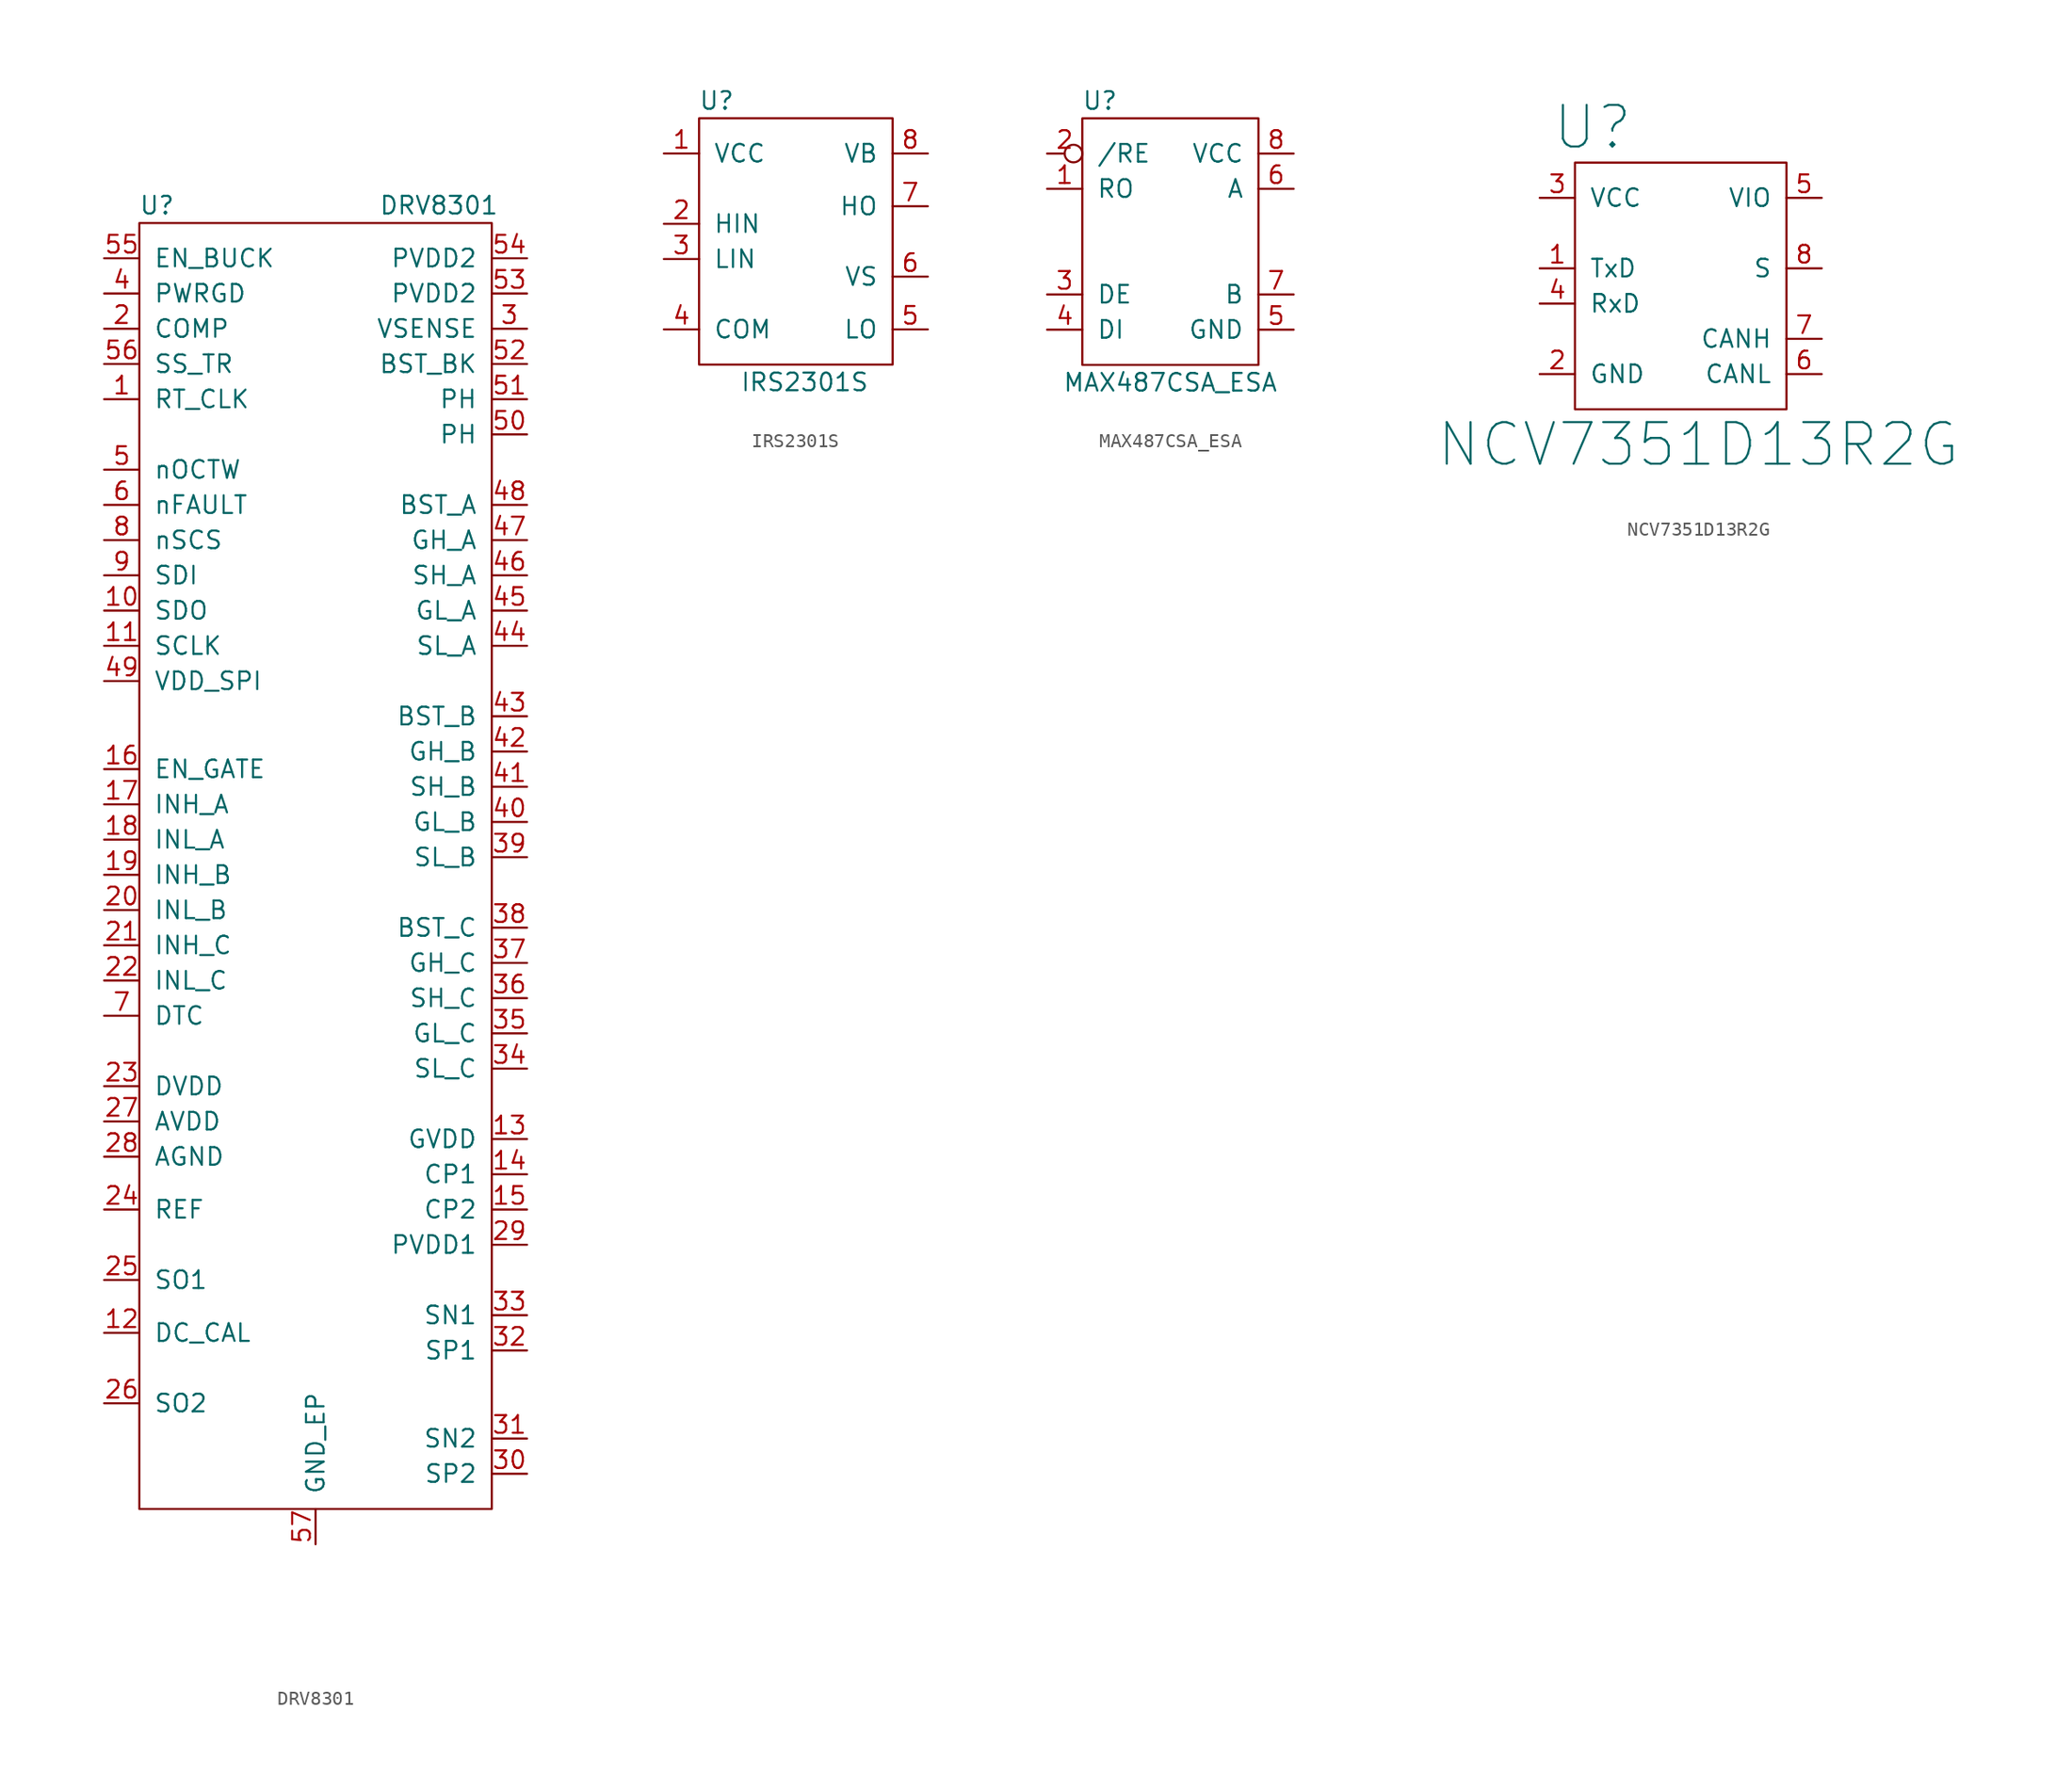
<source format=kicad_sym>
(kicad_symbol_lib
  (version 20211014)
  (generator kicad_symbol_editor)
  (symbol "DRV8301"
    (pin_names
      (offset 1.016))
    (property "Reference" "U"
      (at -11.43 36.83 0)
      (effects (font (size 1.27 1.27))))
    (property "Value" "DRV8301"
      (at 8.89 36.83 0)
      (effects (font (size 1.27 1.27))))
    (symbol "DRV8301_0_1"
      (rectangle (start -12.7 35.56) (end 12.7 -57.15) (stroke (width 0) (type default) (color 0 0 0 0)) (fill (type none))))
    (symbol "DRV8301_1_1"
      (pin input line (at -15.24 22.86 0) (length 2.54) (name "RT_CLK" (effects (font (size 1.27 1.27)))) (number "1" (effects (font (size 1.27 1.27)))))
      (pin output line (at -15.24 7.62 0) (length 2.54) (name "SDO" (effects (font (size 1.27 1.27)))) (number "10" (effects (font (size 1.27 1.27)))))
      (pin input line (at -15.24 5.08 0) (length 2.54) (name "SCLK" (effects (font (size 1.27 1.27)))) (number "11" (effects (font (size 1.27 1.27)))))
      (pin input line (at -15.24 -44.45 0) (length 2.54) (name "DC_CAL" (effects (font (size 1.27 1.27)))) (number "12" (effects (font (size 1.27 1.27)))))
      (pin passive line (at 15.24 -30.48 180) (length 2.54) (name "GVDD" (effects (font (size 1.27 1.27)))) (number "13" (effects (font (size 1.27 1.27)))))
      (pin passive line (at 15.24 -33.02 180) (length 2.54) (name "CP1" (effects (font (size 1.27 1.27)))) (number "14" (effects (font (size 1.27 1.27)))))
      (pin passive line (at 15.24 -35.56 180) (length 2.54) (name "CP2" (effects (font (size 1.27 1.27)))) (number "15" (effects (font (size 1.27 1.27)))))
      (pin input line (at -15.24 -3.81 0) (length 2.54) (name "EN_GATE" (effects (font (size 1.27 1.27)))) (number "16" (effects (font (size 1.27 1.27)))))
      (pin input line (at -15.24 -6.35 0) (length 2.54) (name "INH_A" (effects (font (size 1.27 1.27)))) (number "17" (effects (font (size 1.27 1.27)))))
      (pin input line (at -15.24 -8.89 0) (length 2.54) (name "INL_A" (effects (font (size 1.27 1.27)))) (number "18" (effects (font (size 1.27 1.27)))))
      (pin input line (at -15.24 -11.43 0) (length 2.54) (name "INH_B" (effects (font (size 1.27 1.27)))) (number "19" (effects (font (size 1.27 1.27)))))
      (pin output line (at -15.24 27.94 0) (length 2.54) (name "COMP" (effects (font (size 1.27 1.27)))) (number "2" (effects (font (size 1.27 1.27)))))
      (pin input line (at -15.24 -13.97 0) (length 2.54) (name "INL_B" (effects (font (size 1.27 1.27)))) (number "20" (effects (font (size 1.27 1.27)))))
      (pin input line (at -15.24 -16.51 0) (length 2.54) (name "INH_C" (effects (font (size 1.27 1.27)))) (number "21" (effects (font (size 1.27 1.27)))))
      (pin input line (at -15.24 -19.05 0) (length 2.54) (name "INL_C" (effects (font (size 1.27 1.27)))) (number "22" (effects (font (size 1.27 1.27)))))
      (pin power_out line (at -15.24 -26.67 0) (length 2.54) (name "DVDD" (effects (font (size 1.27 1.27)))) (number "23" (effects (font (size 1.27 1.27)))))
      (pin input line (at -15.24 -35.56 0) (length 2.54) (name "REF" (effects (font (size 1.27 1.27)))) (number "24" (effects (font (size 1.27 1.27)))))
      (pin output line (at -15.24 -40.64 0) (length 2.54) (name "SO1" (effects (font (size 1.27 1.27)))) (number "25" (effects (font (size 1.27 1.27)))))
      (pin output line (at -15.24 -49.53 0) (length 2.54) (name "SO2" (effects (font (size 1.27 1.27)))) (number "26" (effects (font (size 1.27 1.27)))))
      (pin passive line (at -15.24 -29.21 0) (length 2.54) (name "AVDD" (effects (font (size 1.27 1.27)))) (number "27" (effects (font (size 1.27 1.27)))))
      (pin passive line (at -15.24 -31.75 0) (length 2.54) (name "AGND" (effects (font (size 1.27 1.27)))) (number "28" (effects (font (size 1.27 1.27)))))
      (pin power_in line (at 15.24 -38.1 180) (length 2.54) (name "PVDD1" (effects (font (size 1.27 1.27)))) (number "29" (effects (font (size 1.27 1.27)))))
      (pin input line (at 15.24 27.94 180) (length 2.54) (name "VSENSE" (effects (font (size 1.27 1.27)))) (number "3" (effects (font (size 1.27 1.27)))))
      (pin input line (at 15.24 -54.61 180) (length 2.54) (name "SP2" (effects (font (size 1.27 1.27)))) (number "30" (effects (font (size 1.27 1.27)))))
      (pin input line (at 15.24 -52.07 180) (length 2.54) (name "SN2" (effects (font (size 1.27 1.27)))) (number "31" (effects (font (size 1.27 1.27)))))
      (pin input line (at 15.24 -45.72 180) (length 2.54) (name "SP1" (effects (font (size 1.27 1.27)))) (number "32" (effects (font (size 1.27 1.27)))))
      (pin input line (at 15.24 -43.18 180) (length 2.54) (name "SN1" (effects (font (size 1.27 1.27)))) (number "33" (effects (font (size 1.27 1.27)))))
      (pin input line (at 15.24 -25.4 180) (length 2.54) (name "SL_C" (effects (font (size 1.27 1.27)))) (number "34" (effects (font (size 1.27 1.27)))))
      (pin output line (at 15.24 -22.86 180) (length 2.54) (name "GL_C" (effects (font (size 1.27 1.27)))) (number "35" (effects (font (size 1.27 1.27)))))
      (pin input line (at 15.24 -20.32 180) (length 2.54) (name "SH_C" (effects (font (size 1.27 1.27)))) (number "36" (effects (font (size 1.27 1.27)))))
      (pin output line (at 15.24 -17.78 180) (length 2.54) (name "GH_C" (effects (font (size 1.27 1.27)))) (number "37" (effects (font (size 1.27 1.27)))))
      (pin passive line (at 15.24 -15.24 180) (length 2.54) (name "BST_C" (effects (font (size 1.27 1.27)))) (number "38" (effects (font (size 1.27 1.27)))))
      (pin input line (at 15.24 -10.16 180) (length 2.54) (name "SL_B" (effects (font (size 1.27 1.27)))) (number "39" (effects (font (size 1.27 1.27)))))
      (pin open_collector line (at -15.24 30.48 0) (length 2.54) (name "PWRGD" (effects (font (size 1.27 1.27)))) (number "4" (effects (font (size 1.27 1.27)))))
      (pin output line (at 15.24 -7.62 180) (length 2.54) (name "GL_B" (effects (font (size 1.27 1.27)))) (number "40" (effects (font (size 1.27 1.27)))))
      (pin input line (at 15.24 -5.08 180) (length 2.54) (name "SH_B" (effects (font (size 1.27 1.27)))) (number "41" (effects (font (size 1.27 1.27)))))
      (pin output line (at 15.24 -2.54 180) (length 2.54) (name "GH_B" (effects (font (size 1.27 1.27)))) (number "42" (effects (font (size 1.27 1.27)))))
      (pin passive line (at 15.24 0 180) (length 2.54) (name "BST_B" (effects (font (size 1.27 1.27)))) (number "43" (effects (font (size 1.27 1.27)))))
      (pin input line (at 15.24 5.08 180) (length 2.54) (name "SL_A" (effects (font (size 1.27 1.27)))) (number "44" (effects (font (size 1.27 1.27)))))
      (pin output line (at 15.24 7.62 180) (length 2.54) (name "GL_A" (effects (font (size 1.27 1.27)))) (number "45" (effects (font (size 1.27 1.27)))))
      (pin input line (at 15.24 10.16 180) (length 2.54) (name "SH_A" (effects (font (size 1.27 1.27)))) (number "46" (effects (font (size 1.27 1.27)))))
      (pin output line (at 15.24 12.7 180) (length 2.54) (name "GH_A" (effects (font (size 1.27 1.27)))) (number "47" (effects (font (size 1.27 1.27)))))
      (pin passive line (at 15.24 15.24 180) (length 2.54) (name "BST_A" (effects (font (size 1.27 1.27)))) (number "48" (effects (font (size 1.27 1.27)))))
      (pin input line (at -15.24 2.54 0) (length 2.54) (name "VDD_SPI" (effects (font (size 1.27 1.27)))) (number "49" (effects (font (size 1.27 1.27)))))
      (pin output line (at -15.24 17.78 0) (length 2.54) (name "nOCTW" (effects (font (size 1.27 1.27)))) (number "5" (effects (font (size 1.27 1.27)))))
      (pin passive line (at 15.24 20.32 180) (length 2.54) (name "PH" (effects (font (size 1.27 1.27)))) (number "50" (effects (font (size 1.27 1.27)))))
      (pin passive line (at 15.24 22.86 180) (length 2.54) (name "PH" (effects (font (size 1.27 1.27)))) (number "51" (effects (font (size 1.27 1.27)))))
      (pin passive line (at 15.24 25.4 180) (length 2.54) (name "BST_BK" (effects (font (size 1.27 1.27)))) (number "52" (effects (font (size 1.27 1.27)))))
      (pin power_in line (at 15.24 30.48 180) (length 2.54) (name "PVDD2" (effects (font (size 1.27 1.27)))) (number "53" (effects (font (size 1.27 1.27)))))
      (pin power_in line (at 15.24 33.02 180) (length 2.54) (name "PVDD2" (effects (font (size 1.27 1.27)))) (number "54" (effects (font (size 1.27 1.27)))))
      (pin input line (at -15.24 33.02 0) (length 2.54) (name "EN_BUCK" (effects (font (size 1.27 1.27)))) (number "55" (effects (font (size 1.27 1.27)))))
      (pin input line (at -15.24 25.4 0) (length 2.54) (name "SS_TR" (effects (font (size 1.27 1.27)))) (number "56" (effects (font (size 1.27 1.27)))))
      (pin passive line (at 0 -59.69 90) (length 2.54) (name "GND_EP" (effects (font (size 1.27 1.27)))) (number "57" (effects (font (size 1.27 1.27)))))
      (pin output line (at -15.24 15.24 0) (length 2.54) (name "nFAULT" (effects (font (size 1.27 1.27)))) (number "6" (effects (font (size 1.27 1.27)))))
      (pin input line (at -15.24 -21.59 0) (length 2.54) (name "DTC" (effects (font (size 1.27 1.27)))) (number "7" (effects (font (size 1.27 1.27)))))
      (pin input line (at -15.24 12.7 0) (length 2.54) (name "nSCS" (effects (font (size 1.27 1.27)))) (number "8" (effects (font (size 1.27 1.27)))))
      (pin input line (at -15.24 10.16 0) (length 2.54) (name "SDI" (effects (font (size 1.27 1.27)))) (number "9" (effects (font (size 1.27 1.27)))))))
  (symbol "IRS2301S"
    (pin_names
      (offset 1.016))
    (property "Reference" "U"
      (at -6.35 10.16 0)
      (effects (font (size 1.27 1.27))))
    (property "Value" "IRS2301S"
      (at 0 -10.16 0)
      (effects (font (size 1.27 1.27))))
    (symbol "IRS2301S_0_1"
      (rectangle (start -7.62 8.89) (end 6.35 -8.89) (stroke (width 0) (type default) (color 0 0 0 0)) (fill (type none))))
    (symbol "IRS2301S_1_1"
      (pin power_in line (at -10.16 6.35 0) (length 2.54) (name "VCC" (effects (font (size 1.27 1.27)))) (number "1" (effects (font (size 1.27 1.27)))))
      (pin input line (at -10.16 1.27 0) (length 2.54) (name "HIN" (effects (font (size 1.27 1.27)))) (number "2" (effects (font (size 1.27 1.27)))))
      (pin input line (at -10.16 -1.27 0) (length 2.54) (name "LIN" (effects (font (size 1.27 1.27)))) (number "3" (effects (font (size 1.27 1.27)))))
      (pin power_in line (at -10.16 -6.35 0) (length 2.54) (name "COM" (effects (font (size 1.27 1.27)))) (number "4" (effects (font (size 1.27 1.27)))))
      (pin output line (at 8.89 -6.35 180) (length 2.54) (name "LO" (effects (font (size 1.27 1.27)))) (number "5" (effects (font (size 1.27 1.27)))))
      (pin power_in line (at 8.89 -2.54 180) (length 2.54) (name "VS" (effects (font (size 1.27 1.27)))) (number "6" (effects (font (size 1.27 1.27)))))
      (pin output line (at 8.89 2.54 180) (length 2.54) (name "HO" (effects (font (size 1.27 1.27)))) (number "7" (effects (font (size 1.27 1.27)))))
      (pin power_in line (at 8.89 6.35 180) (length 2.54) (name "VB" (effects (font (size 1.27 1.27)))) (number "8" (effects (font (size 1.27 1.27)))))))
  (symbol "MAX487CSA_ESA"
    (pin_names
      (offset 1.016))
    (property "Reference" "U"
      (at -5.08 10.16 0)
      (effects (font (size 1.27 1.27))))
    (property "Value" "MAX487CSA_ESA"
      (at 0 -10.16 0)
      (effects (font (size 1.27 1.27))))
    (symbol "MAX487CSA_ESA_0_1"
      (rectangle (start -6.35 8.89) (end 6.35 -8.89) (stroke (width 0) (type default) (color 0 0 0 0)) (fill (type none))))
    (symbol "MAX487CSA_ESA_1_1"
      (pin output line (at -8.89 3.81 0) (length 2.54) (name "RO" (effects (font (size 1.27 1.27)))) (number "1" (effects (font (size 1.27 1.27)))))
      (pin input inverted (at -8.89 6.35 0) (length 2.54) (name "/RE" (effects (font (size 1.27 1.27)))) (number "2" (effects (font (size 1.27 1.27)))))
      (pin input line (at -8.89 -3.81 0) (length 2.54) (name "DE" (effects (font (size 1.27 1.27)))) (number "3" (effects (font (size 1.27 1.27)))))
      (pin input line (at -8.89 -6.35 0) (length 2.54) (name "DI" (effects (font (size 1.27 1.27)))) (number "4" (effects (font (size 1.27 1.27)))))
      (pin passive line (at 8.89 -6.35 180) (length 2.54) (name "GND" (effects (font (size 1.27 1.27)))) (number "5" (effects (font (size 1.27 1.27)))))
      (pin bidirectional line (at 8.89 3.81 180) (length 2.54) (name "A" (effects (font (size 1.27 1.27)))) (number "6" (effects (font (size 1.27 1.27)))))
      (pin bidirectional line (at 8.89 -3.81 180) (length 2.54) (name "B" (effects (font (size 1.27 1.27)))) (number "7" (effects (font (size 1.27 1.27)))))
      (pin power_in line (at 8.89 6.35 180) (length 2.54) (name "VCC" (effects (font (size 1.27 1.27)))) (number "8" (effects (font (size 1.27 1.27)))))))
  (symbol "NCV7351D13R2G"
    (pin_names
      (offset 1.016))
    (property "Reference" "U"
      (at -6.35 11.43 0)
      (effects (font (size 2.997 2.997))))
    (property "Value" "NCV7351D13R2G"
      (at 1.27 -11.43 0)
      (effects (font (size 2.997 2.997))))
    (symbol "NCV7351D13R2G_0_1"
      (rectangle (start -7.62 8.89) (end 7.62 -8.89) (stroke (width 0) (type default) (color 0 0 0 0)) (fill (type none))))
    (symbol "NCV7351D13R2G_1_1"
      (pin input line (at -10.16 1.27 0) (length 2.54) (name "TxD" (effects (font (size 1.27 1.27)))) (number "1" (effects (font (size 1.27 1.27)))))
      (pin passive line (at -10.16 -6.35 0) (length 2.54) (name "GND" (effects (font (size 1.27 1.27)))) (number "2" (effects (font (size 1.27 1.27)))))
      (pin power_in line (at -10.16 6.35 0) (length 2.54) (name "VCC" (effects (font (size 1.27 1.27)))) (number "3" (effects (font (size 1.27 1.27)))))
      (pin output line (at -10.16 -1.27 0) (length 2.54) (name "RxD" (effects (font (size 1.27 1.27)))) (number "4" (effects (font (size 1.27 1.27)))))
      (pin input line (at 10.16 6.35 180) (length 2.54) (name "VIO" (effects (font (size 1.27 1.27)))) (number "5" (effects (font (size 1.27 1.27)))))
      (pin bidirectional line (at 10.16 -6.35 180) (length 2.54) (name "CANL" (effects (font (size 1.27 1.27)))) (number "6" (effects (font (size 1.27 1.27)))))
      (pin bidirectional line (at 10.16 -3.81 180) (length 2.54) (name "CANH" (effects (font (size 1.27 1.27)))) (number "7" (effects (font (size 1.27 1.27)))))
      (pin input line (at 10.16 1.27 180) (length 2.54) (name "S" (effects (font (size 1.27 1.27)))) (number "8" (effects (font (size 1.27 1.27))))))))
</source>
